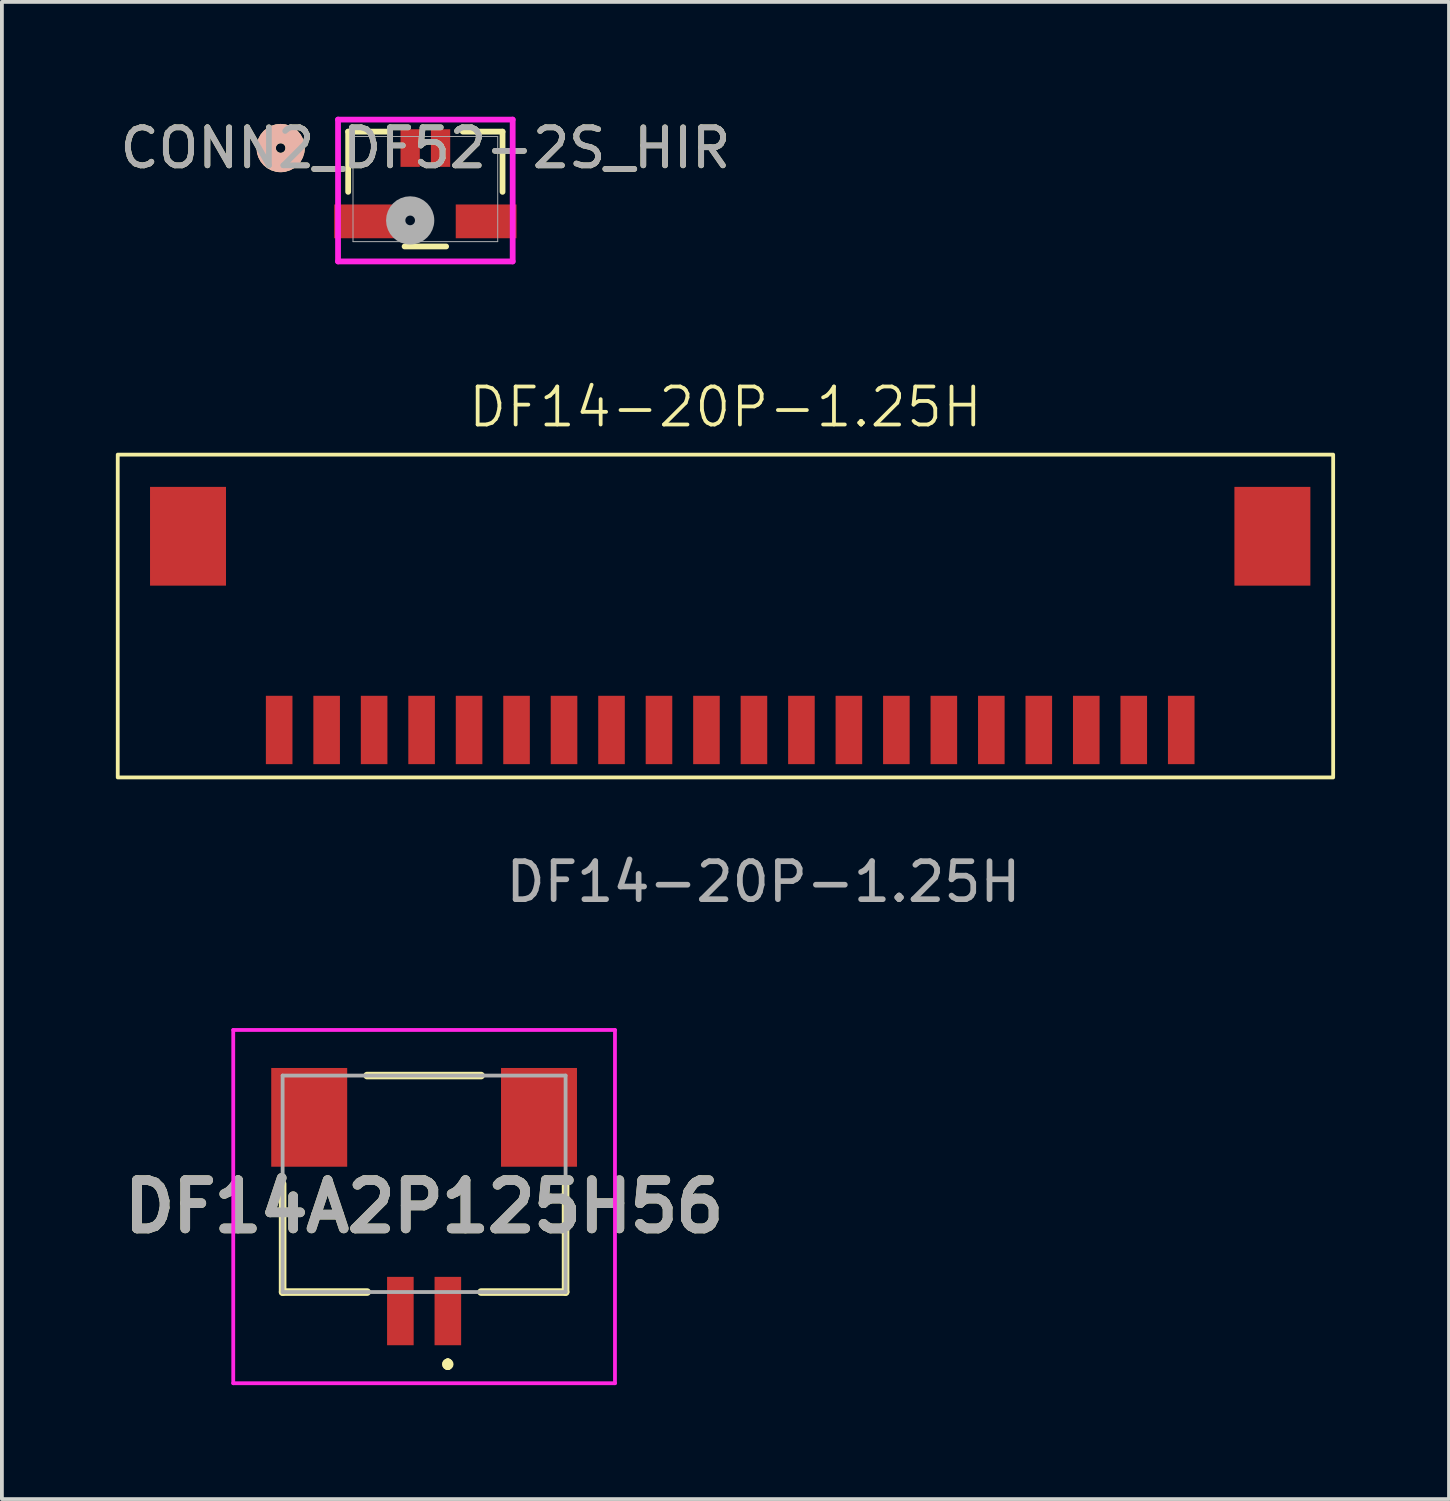
<source format=kicad_pcb>
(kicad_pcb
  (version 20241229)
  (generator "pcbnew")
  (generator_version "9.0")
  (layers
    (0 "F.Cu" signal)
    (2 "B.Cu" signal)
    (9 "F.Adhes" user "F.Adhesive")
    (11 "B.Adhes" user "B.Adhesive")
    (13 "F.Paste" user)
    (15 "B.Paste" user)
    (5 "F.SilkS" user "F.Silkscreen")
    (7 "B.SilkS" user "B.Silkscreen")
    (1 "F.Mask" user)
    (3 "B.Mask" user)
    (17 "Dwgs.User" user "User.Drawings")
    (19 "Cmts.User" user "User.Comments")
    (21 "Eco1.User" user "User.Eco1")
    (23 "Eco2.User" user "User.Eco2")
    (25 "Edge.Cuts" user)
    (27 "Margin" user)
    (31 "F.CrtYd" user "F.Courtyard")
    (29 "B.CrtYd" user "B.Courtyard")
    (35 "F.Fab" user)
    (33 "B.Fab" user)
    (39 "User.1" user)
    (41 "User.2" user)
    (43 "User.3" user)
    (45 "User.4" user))
  (footprint "DF14A2P125H56"
    (layer "F.Cu")
    (at 8.116 28.118)
    (property "Reference" "DF14A2P125H56" (at 0 0.6 0) (layer "F.SilkS") (effects (font (size 1.27 1.27) (thickness 0.254))))
    (attr smd)
    (fp_line (start -3.725 0) (end -3.725 2.85) (stroke (width 0.2) (type solid)) (layer "F.SilkS"))
    (fp_line (start -3.725 2.85) (end -1.5 2.85) (stroke (width 0.2) (type solid)) (layer "F.SilkS"))
    (fp_line (start -1.5 -2.85) (end 1.5 -2.85) (stroke (width 0.2) (type solid)) (layer "F.SilkS"))
    (fp_line (start 0.625 4.7) (end 0.625 4.7) (stroke (width 0.2) (type solid)) (layer "F.SilkS"))
    (fp_line (start 0.625 4.7) (end 0.625 4.7) (stroke (width 0.2) (type solid)) (layer "F.SilkS"))
    (fp_line (start 0.625 4.8) (end 0.625 4.8) (stroke (width 0.2) (type solid)) (layer "F.SilkS"))
    (fp_line (start 1.5 2.85) (end 3.725 2.85) (stroke (width 0.2) (type solid)) (layer "F.SilkS"))
    (fp_line (start 3.725 2.85) (end 3.725 0) (stroke (width 0.2) (type solid)) (layer "F.SilkS"))
    (fp_arc (start 0.625 4.7) (mid 0.675 4.75) (end 0.625 4.8) (stroke (width 0.2) (type solid)) (layer "F.SilkS"))
    (fp_arc (start 0.625 4.8) (mid 0.575 4.75) (end 0.625 4.7) (stroke (width 0.2) (type solid)) (layer "F.SilkS"))
    (fp_arc (start 0.625 4.8) (mid 0.575 4.75) (end 0.625 4.7) (stroke (width 0.2) (type solid)) (layer "F.SilkS"))
    (fp_line (start -5.025 -4.05) (end 5.025 -4.05) (stroke (width 0.1) (type solid)) (layer "F.CrtYd"))
    (fp_line (start -5.025 5.25) (end -5.025 -4.05) (stroke (width 0.1) (type solid)) (layer "F.CrtYd"))
    (fp_line (start 5.025 -4.05) (end 5.025 5.25) (stroke (width 0.1) (type solid)) (layer "F.CrtYd"))
    (fp_line (start 5.025 5.25) (end -5.025 5.25) (stroke (width 0.1) (type solid)) (layer "F.CrtYd"))
    (fp_line (start -3.725 -2.85) (end -3.725 2.85) (stroke (width 0.1) (type solid)) (layer "F.Fab"))
    (fp_line (start -3.725 2.85) (end 3.725 2.85) (stroke (width 0.1) (type solid)) (layer "F.Fab"))
    (fp_line (start 3.725 -2.85) (end -3.725 -2.85) (stroke (width 0.1) (type solid)) (layer "F.Fab"))
    (fp_line (start 3.725 2.85) (end 3.725 -2.85) (stroke (width 0.1) (type solid)) (layer "F.Fab"))
    (fp_text user "${REFERENCE}" (at 0 0.6 0) (layer "F.Fab") (effects (font (size 1.27 1.27) (thickness 0.254))))
    (pad "1" smd rect (at 0.625 3.35) (size 0.7 1.8) (layers "F.Cu" "F.Mask" "F.Paste"))
    (pad "2" smd rect (at -0.625 3.35) (size 0.7 1.8) (layers "F.Cu" "F.Mask" "F.Paste"))
    (pad "MP1" smd rect (at 3.025 -1.75) (size 2 2.6) (layers "F.Cu" "F.Mask" "F.Paste"))
    (pad "MP2" smd rect (at -3.025 -1.75) (size 2 2.6) (layers "F.Cu" "F.Mask" "F.Paste")))
  (footprint "DF14-20P-1.25H"
    (layer "F.Cu")
    (at 4.3 16.169)
    (property "Reference" "DF14-20P-1.25H" (at 11.75 -8.5 0) (unlocked yes) (layer "F.SilkS") (effects (font (size 1 1) (thickness 0.1))))
    (attr smd)
    (fp_rect (start -4.25 -7.25) (end 27.75 1.25) (stroke (width 0.1) (type default)) (fill no) (layer "F.SilkS"))
    (fp_text user "${REFERENCE}" (at 12.75 4 0) (unlocked yes) (layer "F.Fab") (effects (font (size 1 1) (thickness 0.15))))
    (pad "1" smd rect (at 0 0 180) (size 0.7 1.8) (layers "F.Cu" "F.Mask" "F.Paste"))
    (pad "2" smd rect (at 1.25 0 180) (size 0.7 1.8) (layers "F.Cu" "F.Mask" "F.Paste"))
    (pad "3" smd rect (at 2.5 0 180) (size 0.7 1.8) (layers "F.Cu" "F.Mask" "F.Paste"))
    (pad "4" smd rect (at 3.75 0 180) (size 0.7 1.8) (layers "F.Cu" "F.Mask" "F.Paste"))
    (pad "5" smd rect (at 5 0 180) (size 0.7 1.8) (layers "F.Cu" "F.Mask" "F.Paste"))
    (pad "6" smd rect (at 6.25 0 180) (size 0.7 1.8) (layers "F.Cu" "F.Mask" "F.Paste"))
    (pad "7" smd rect (at 7.5 0 180) (size 0.7 1.8) (layers "F.Cu" "F.Mask" "F.Paste"))
    (pad "8" smd rect (at 8.75 0 180) (size 0.7 1.8) (layers "F.Cu" "F.Mask" "F.Paste"))
    (pad "9" smd rect (at 10 0 180) (size 0.7 1.8) (layers "F.Cu" "F.Mask" "F.Paste"))
    (pad "10" smd rect (at 11.25 0 180) (size 0.7 1.8) (layers "F.Cu" "F.Mask" "F.Paste"))
    (pad "11" smd rect (at 12.5 0 180) (size 0.7 1.8) (layers "F.Cu" "F.Mask" "F.Paste"))
    (pad "12" smd rect (at 13.75 0 180) (size 0.7 1.8) (layers "F.Cu" "F.Mask" "F.Paste"))
    (pad "13" smd rect (at 15 0 180) (size 0.7 1.8) (layers "F.Cu" "F.Mask" "F.Paste"))
    (pad "14" smd rect (at 16.25 0 180) (size 0.7 1.8) (layers "F.Cu" "F.Mask" "F.Paste"))
    (pad "15" smd rect (at 17.5 0 180) (size 0.7 1.8) (layers "F.Cu" "F.Mask" "F.Paste"))
    (pad "16" smd rect (at 18.75 0 180) (size 0.7 1.8) (layers "F.Cu" "F.Mask" "F.Paste"))
    (pad "17" smd rect (at 20 0 180) (size 0.7 1.8) (layers "F.Cu" "F.Mask" "F.Paste"))
    (pad "18" smd rect (at 21.25 0 180) (size 0.7 1.8) (layers "F.Cu" "F.Mask" "F.Paste"))
    (pad "19" smd rect (at 22.5 0 180) (size 0.7 1.8) (layers "F.Cu" "F.Mask" "F.Paste"))
    (pad "20" smd rect (at 23.75 0 180) (size 0.7 1.8) (layers "F.Cu" "F.Mask" "F.Paste"))
    (pad "GND" smd rect (at -2.4 -5.1 180) (size 2 2.6) (layers "F.Cu" "F.Mask" "F.Paste"))
    (pad "GND" smd rect (at 26.15 -5.1 180) (size 2 2.6) (layers "F.Cu" "F.Mask" "F.Paste")))
  (footprint "CONN2_DF52-2S_HIR"
    (layer "F.Cu")
    (at 7.749 0.848)
    (property "Reference" "CONN2_DF52-2S_HIR" (at 0.4 0 0) (unlocked yes) (layer "F.SilkS") (effects (font (size 1 1) (thickness 0.15))))
    (attr smd)
    (fp_line (start -1.632 -0.432) (end -1.632 1.153) (stroke (width 0.152) (type solid)) (layer "F.SilkS"))
    (fp_line (start -0.587 -0.432) (end -1.632 -0.432) (stroke (width 0.152) (type solid)) (layer "F.SilkS"))
    (fp_line (start -0.147 2.591) (end 0.947 2.591) (stroke (width 0.152) (type solid)) (layer "F.SilkS"))
    (fp_line (start 2.432 -0.432) (end 1.387 -0.432) (stroke (width 0.152) (type solid)) (layer "F.SilkS"))
    (fp_line (start 2.432 1.153) (end 2.432 -0.432) (stroke (width 0.152) (type solid)) (layer "F.SilkS"))
    (fp_circle (center -3.41 0) (end -3.029 0) (stroke (width 0.508) (type solid)) (fill no) (layer "F.SilkS"))
    (fp_circle (center -3.41 0) (end -3.029 0) (stroke (width 0.508) (type solid)) (fill no) (layer "B.SilkS"))
    (fp_line (start -1.899 -0.749) (end -1.899 2.985) (stroke (width 0.152) (type solid)) (layer "F.CrtYd"))
    (fp_line (start -1.899 2.985) (end 2.699 2.985) (stroke (width 0.152) (type solid)) (layer "F.CrtYd"))
    (fp_line (start 2.699 -0.749) (end -1.899 -0.749) (stroke (width 0.152) (type solid)) (layer "F.CrtYd"))
    (fp_line (start 2.699 2.985) (end 2.699 -0.749) (stroke (width 0.152) (type solid)) (layer "F.CrtYd"))
    (fp_line (start -1.505 -0.305) (end -1.505 2.464) (stroke (width 0.025) (type solid)) (layer "F.Fab"))
    (fp_line (start -1.505 2.464) (end 2.305 2.464) (stroke (width 0.025) (type solid)) (layer "F.Fab"))
    (fp_line (start 2.305 -0.305) (end -1.505 -0.305) (stroke (width 0.025) (type solid)) (layer "F.Fab"))
    (fp_line (start 2.305 2.464) (end 2.305 -0.305) (stroke (width 0.025) (type solid)) (layer "F.Fab"))
    (fp_circle (center 0 1.905) (end 0.381 1.905) (stroke (width 0.508) (type solid)) (fill no) (layer "F.Fab"))
    (fp_text user "${REFERENCE}" (at 0.4 0 0) (unlocked yes) (layer "F.Fab") (effects (font (size 1 1) (thickness 0.15))))
    (pad "1" smd rect (at 0.000001 0) (size 0.508 0.991) (layers "F.Cu" "F.Mask" "F.Paste"))
    (pad "2" smd rect (at 0.8 0) (size 0.508 0.991) (layers "F.Cu" "F.Mask" "F.Paste"))
    (pad "3" smd rect (at -1.2 1.93 90) (size 0.889 1.6) (layers "F.Cu" "F.Mask" "F.Paste"))
    (pad "4" smd rect (at 2 1.93 90) (size 0.889 1.6) (layers "F.Cu" "F.Mask" "F.Paste")))
  (gr_rect
    (start -3 -3)
    (end 35.1 36.418)
    (stroke (width 0.1) (type default))
    (fill no)
    (layer "Edge.Cuts")))
</source>
